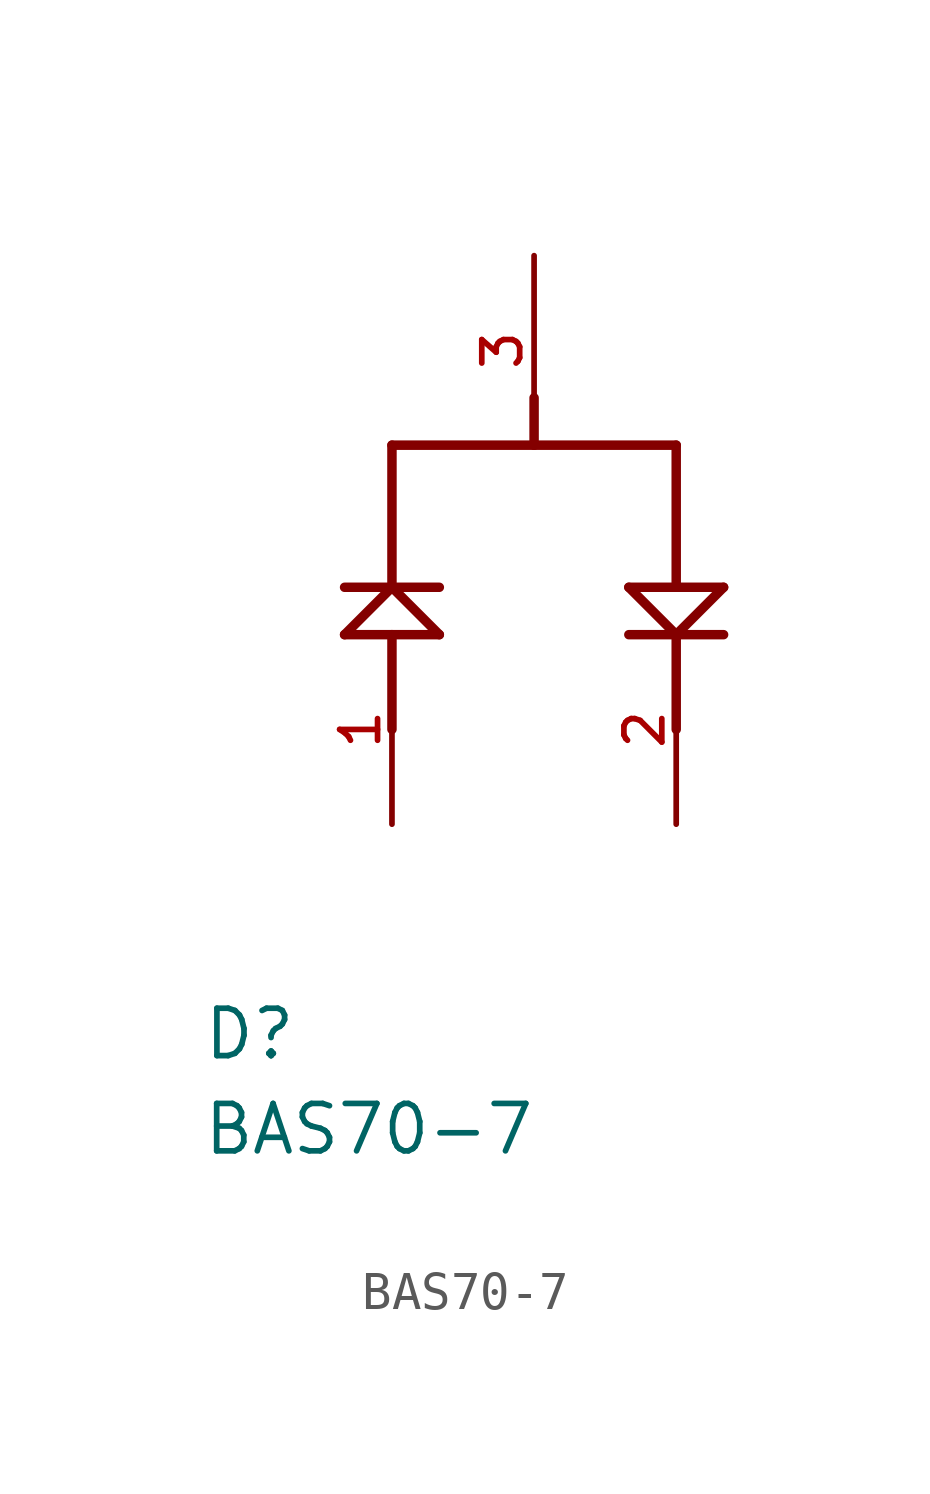
<source format=kicad_sym>
(kicad_symbol_lib
  (version 20211014)
  (generator kicad_symbol_editor)
  (symbol "BAS70-7"
    (pin_names
      (offset 1.016))
    (property "Reference" "D"
      (at -8.905 -10.177 0)
      (effects (font (size 1.27 1.27)) (justify bottom left)))
    (property "Value" "BAS70-7"
      (at -8.911 -12.73 0)
      (effects (font (size 1.27 1.27)) (justify bottom left)))
    (symbol "BAS70-7_0_0"
      (polyline (pts (xy -2.54 2.54) (xy -3.81 2.54)) (stroke (width 0.254)))
      (polyline (pts (xy -3.81 2.54) (xy -5.08 2.54)) (stroke (width 0.254)))
      (polyline (pts (xy -3.81 2.54) (xy -5.08 1.27)) (stroke (width 0.254)))
      (polyline (pts (xy -5.08 1.27) (xy -3.81 1.27)) (stroke (width 0.254)))
      (polyline (pts (xy -3.81 1.27) (xy -2.54 1.27)) (stroke (width 0.254)))
      (polyline (pts (xy -2.54 1.27) (xy -3.81 2.54)) (stroke (width 0.254)))
      (polyline (pts (xy -3.81 1.27) (xy -3.81 -1.27)) (stroke (width 0.254)))
      (polyline (pts (xy -3.81 2.54) (xy -3.81 6.35)) (stroke (width 0.254)))
      (polyline (pts (xy -3.81 6.35) (xy 0.0 6.35)) (stroke (width 0.254)))
      (polyline (pts (xy 0.0 6.35) (xy 3.81 6.35)) (stroke (width 0.254)))
      (polyline (pts (xy 3.81 6.35) (xy 3.81 2.54)) (stroke (width 0.254)))
      (polyline (pts (xy 3.81 2.54) (xy 2.54 2.54)) (stroke (width 0.254)))
      (polyline (pts (xy 3.81 2.54) (xy 5.08 2.54)) (stroke (width 0.254)))
      (polyline (pts (xy 5.08 2.54) (xy 3.81 1.27)) (stroke (width 0.254)))
      (polyline (pts (xy 3.81 1.27) (xy 2.54 2.54)) (stroke (width 0.254)))
      (polyline (pts (xy 2.54 1.27) (xy 3.81 1.27)) (stroke (width 0.254)))
      (polyline (pts (xy 3.81 1.27) (xy 5.08 1.27)) (stroke (width 0.254)))
      (polyline (pts (xy 3.81 1.27) (xy 3.81 -1.27)) (stroke (width 0.254)))
      (polyline (pts (xy 0.0 6.35) (xy 0.0 7.62)) (stroke (width 0.254)))
      (pin passive line (at -3.81 -3.81 90.0) (length 5.08) (name "~" (effects (font (size 1.016 1.016)))) (number "1" (effects (font (size 1.016 1.016)))))
      (pin passive line (at 3.81 -3.81 90.0) (length 5.08) (name "~" (effects (font (size 1.016 1.016)))) (number "2" (effects (font (size 1.016 1.016)))))
      (pin passive line (at 0.0 11.43 270.0) (length 5.08) (name "~" (effects (font (size 1.016 1.016)))) (number "3" (effects (font (size 1.016 1.016))))))))
</source>
